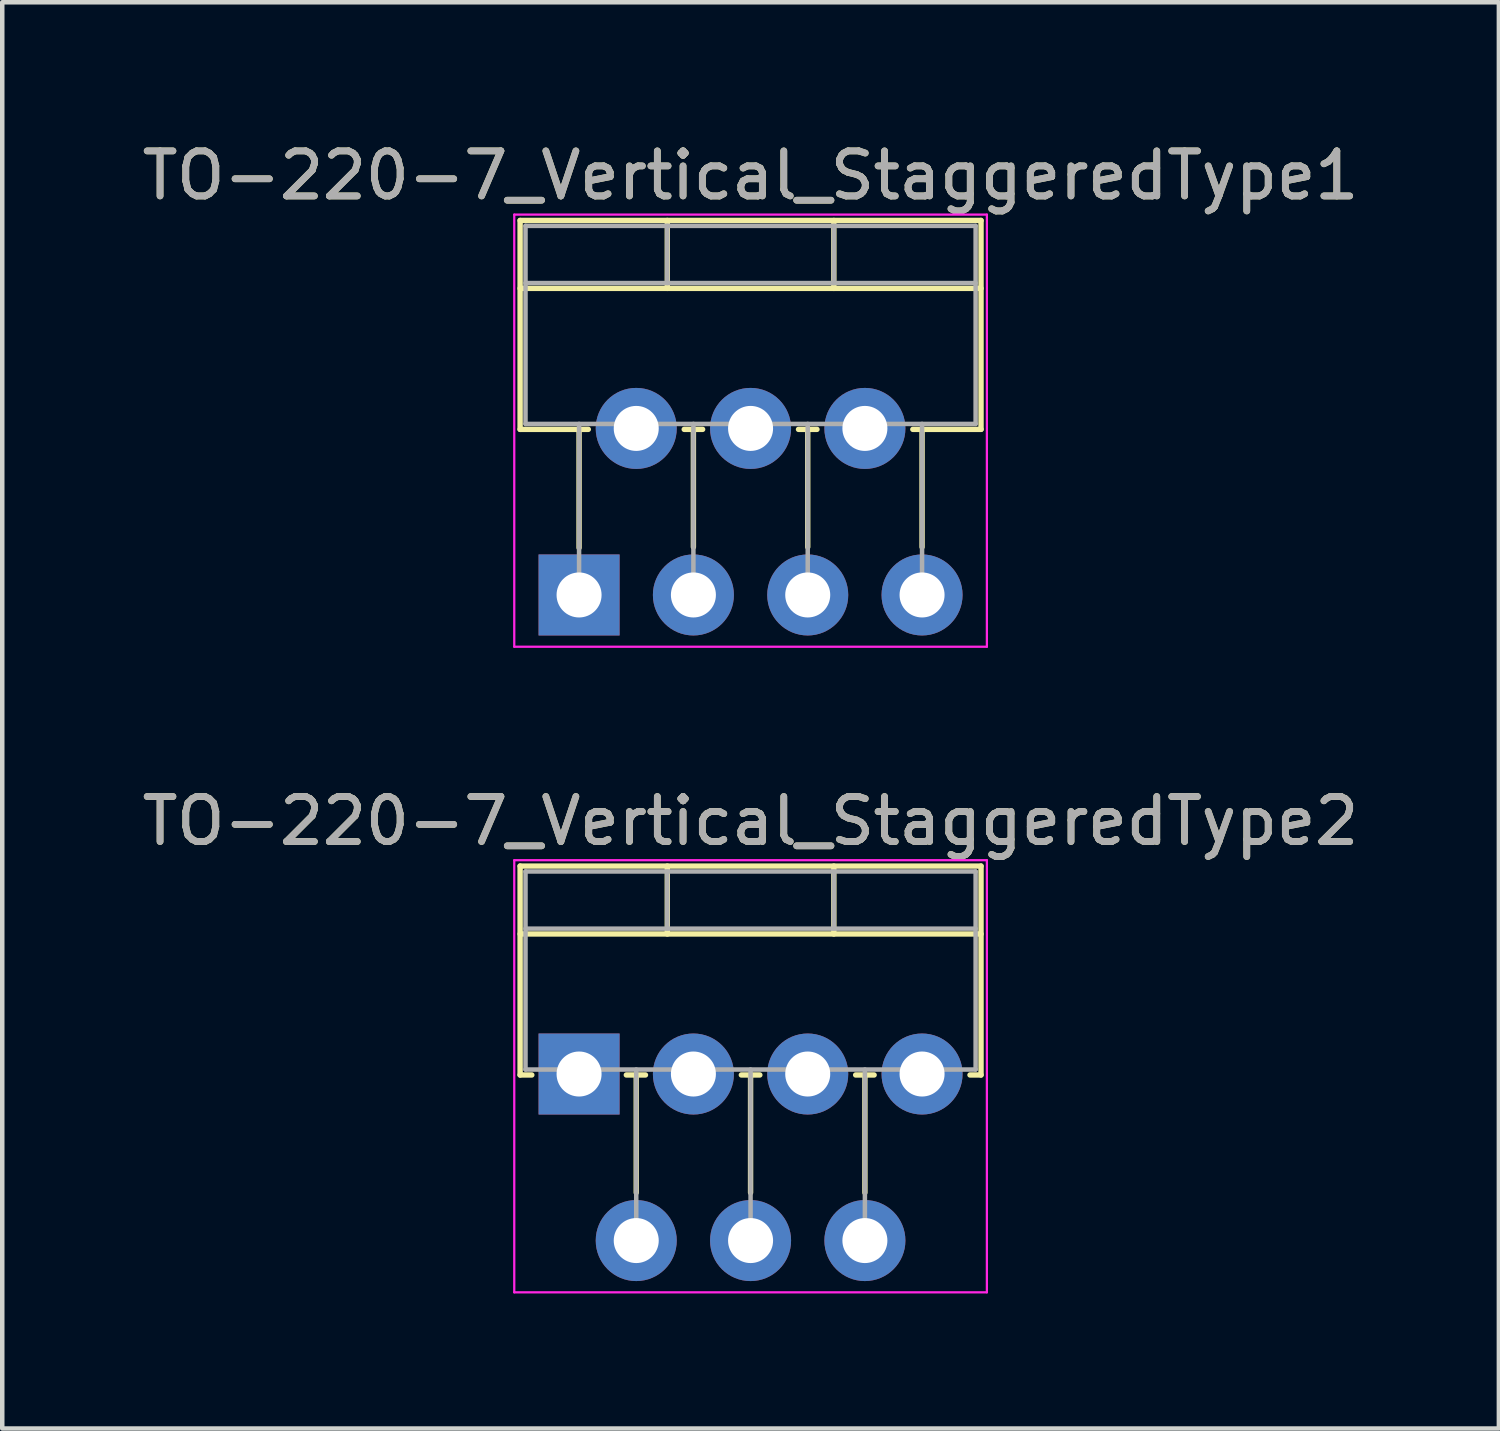
<source format=kicad_pcb>
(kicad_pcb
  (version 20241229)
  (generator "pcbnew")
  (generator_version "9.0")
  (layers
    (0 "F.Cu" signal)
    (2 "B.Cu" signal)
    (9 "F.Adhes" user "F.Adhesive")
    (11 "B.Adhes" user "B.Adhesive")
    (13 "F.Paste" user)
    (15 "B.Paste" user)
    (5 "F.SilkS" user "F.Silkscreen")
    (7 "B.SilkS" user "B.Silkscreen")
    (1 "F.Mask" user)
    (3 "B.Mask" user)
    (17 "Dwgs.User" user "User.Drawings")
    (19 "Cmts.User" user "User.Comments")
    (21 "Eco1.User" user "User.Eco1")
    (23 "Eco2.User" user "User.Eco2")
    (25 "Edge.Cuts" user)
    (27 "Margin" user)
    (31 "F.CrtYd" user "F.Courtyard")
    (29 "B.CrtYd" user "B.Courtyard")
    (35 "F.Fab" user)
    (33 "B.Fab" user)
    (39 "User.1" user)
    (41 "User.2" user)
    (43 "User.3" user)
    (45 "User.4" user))
  (footprint "TO-220-7_Vertical_StaggeredType2"
    (layer "F.Cu")
    (at 9.815 20.811)
    (property "Reference" "TO-220-7_Vertical_StaggeredType2" (at 3.81 -5.62 0) (layer "F.SilkS") (effects (font (size 1 1) (thickness 0.15))))
    (attr through_hole)
    (fp_line (start -1.31 -4.62) (end -1.31 0.021) (stroke (width 0.12) (type solid)) (layer "F.SilkS"))
    (fp_line (start -1.31 -4.62) (end 8.93 -4.62) (stroke (width 0.12) (type solid)) (layer "F.SilkS"))
    (fp_line (start -1.31 -3.111) (end 8.93 -3.111) (stroke (width 0.12) (type solid)) (layer "F.SilkS"))
    (fp_line (start -1.31 0.021) (end -1.05 0.021) (stroke (width 0.12) (type solid)) (layer "F.SilkS"))
    (fp_line (start 1.05 0.021) (end 1.475 0.021) (stroke (width 0.12) (type solid)) (layer "F.SilkS"))
    (fp_line (start 1.27 0.021) (end 1.27 2.635) (stroke (width 0.12) (type solid)) (layer "F.SilkS"))
    (fp_line (start 1.96 -4.62) (end 1.96 -3.111) (stroke (width 0.12) (type solid)) (layer "F.SilkS"))
    (fp_line (start 3.605 0.021) (end 4.016 0.021) (stroke (width 0.12) (type solid)) (layer "F.SilkS"))
    (fp_line (start 3.81 0.021) (end 3.81 2.635) (stroke (width 0.12) (type solid)) (layer "F.SilkS"))
    (fp_line (start 5.66 -4.62) (end 5.66 -3.111) (stroke (width 0.12) (type solid)) (layer "F.SilkS"))
    (fp_line (start 6.145 0.021) (end 6.555 0.021) (stroke (width 0.12) (type solid)) (layer "F.SilkS"))
    (fp_line (start 6.35 0.021) (end 6.35 2.635) (stroke (width 0.12) (type solid)) (layer "F.SilkS"))
    (fp_line (start 8.685 0.021) (end 8.93 0.021) (stroke (width 0.12) (type solid)) (layer "F.SilkS"))
    (fp_line (start 8.93 -4.62) (end 8.93 0.021) (stroke (width 0.12) (type solid)) (layer "F.SilkS"))
    (fp_line (start -1.44 -4.75) (end -1.44 4.85) (stroke (width 0.05) (type solid)) (layer "F.CrtYd"))
    (fp_line (start -1.44 4.85) (end 9.06 4.85) (stroke (width 0.05) (type solid)) (layer "F.CrtYd"))
    (fp_line (start 9.06 -4.75) (end -1.44 -4.75) (stroke (width 0.05) (type solid)) (layer "F.CrtYd"))
    (fp_line (start 9.06 4.85) (end 9.06 -4.75) (stroke (width 0.05) (type solid)) (layer "F.CrtYd"))
    (fp_line (start -1.19 -4.5) (end -1.19 -0.1) (stroke (width 0.1) (type solid)) (layer "F.Fab"))
    (fp_line (start -1.19 -3.23) (end 8.81 -3.23) (stroke (width 0.1) (type solid)) (layer "F.Fab"))
    (fp_line (start -1.19 -0.1) (end 8.81 -0.1) (stroke (width 0.1) (type solid)) (layer "F.Fab"))
    (fp_line (start 0 -0.1) (end 0 0) (stroke (width 0.1) (type solid)) (layer "F.Fab"))
    (fp_line (start 1.27 -0.1) (end 1.27 3.7) (stroke (width 0.1) (type solid)) (layer "F.Fab"))
    (fp_line (start 1.96 -4.5) (end 1.96 -3.23) (stroke (width 0.1) (type solid)) (layer "F.Fab"))
    (fp_line (start 2.54 -0.1) (end 2.54 0) (stroke (width 0.1) (type solid)) (layer "F.Fab"))
    (fp_line (start 3.81 -0.1) (end 3.81 3.7) (stroke (width 0.1) (type solid)) (layer "F.Fab"))
    (fp_line (start 5.08 -0.1) (end 5.08 0) (stroke (width 0.1) (type solid)) (layer "F.Fab"))
    (fp_line (start 5.66 -4.5) (end 5.66 -3.23) (stroke (width 0.1) (type solid)) (layer "F.Fab"))
    (fp_line (start 6.35 -0.1) (end 6.35 3.7) (stroke (width 0.1) (type solid)) (layer "F.Fab"))
    (fp_line (start 7.62 -0.1) (end 7.62 0) (stroke (width 0.1) (type solid)) (layer "F.Fab"))
    (fp_line (start 8.81 -4.5) (end -1.19 -4.5) (stroke (width 0.1) (type solid)) (layer "F.Fab"))
    (fp_line (start 8.81 -0.1) (end 8.81 -4.5) (stroke (width 0.1) (type solid)) (layer "F.Fab"))
    (fp_text user "${REFERENCE}" (at 3.81 -5.62 0) (layer "F.Fab") (effects (font (size 1 1) (thickness 0.15))))
    (pad "1" thru_hole rect (at 0 0) (size 1.8 1.8) (drill 1) (layers "*.Cu" "*.Mask"))
    (pad "2" thru_hole oval (at 1.27 3.7) (size 1.8 1.8) (drill 1) (layers "*.Cu" "*.Mask"))
    (pad "3" thru_hole oval (at 2.54 0) (size 1.8 1.8) (drill 1) (layers "*.Cu" "*.Mask"))
    (pad "4" thru_hole oval (at 3.81 3.7) (size 1.8 1.8) (drill 1) (layers "*.Cu" "*.Mask"))
    (pad "5" thru_hole oval (at 5.08 0) (size 1.8 1.8) (drill 1) (layers "*.Cu" "*.Mask"))
    (pad "6" thru_hole oval (at 6.35 3.7) (size 1.8 1.8) (drill 1) (layers "*.Cu" "*.Mask"))
    (pad "7" thru_hole oval (at 7.62 0) (size 1.8 1.8) (drill 1) (layers "*.Cu" "*.Mask")))
  (footprint "TO-220-7_Vertical_StaggeredType1"
    (layer "F.Cu")
    (at 9.815 10.168)
    (property "Reference" "TO-220-7_Vertical_StaggeredType1" (at 3.81 -9.32 0) (layer "F.SilkS") (effects (font (size 1 1) (thickness 0.15))))
    (attr through_hole)
    (fp_line (start -1.31 -8.32) (end -1.31 -3.679) (stroke (width 0.12) (type solid)) (layer "F.SilkS"))
    (fp_line (start -1.31 -8.32) (end 8.93 -8.32) (stroke (width 0.12) (type solid)) (layer "F.SilkS"))
    (fp_line (start -1.31 -6.811) (end 8.93 -6.811) (stroke (width 0.12) (type solid)) (layer "F.SilkS"))
    (fp_line (start -1.31 -3.679) (end 0.205 -3.679) (stroke (width 0.12) (type solid)) (layer "F.SilkS"))
    (fp_line (start 0 -3.679) (end 0 -1.049) (stroke (width 0.12) (type solid)) (layer "F.SilkS"))
    (fp_line (start 1.96 -8.32) (end 1.96 -6.811) (stroke (width 0.12) (type solid)) (layer "F.SilkS"))
    (fp_line (start 2.336 -3.679) (end 2.745 -3.679) (stroke (width 0.12) (type solid)) (layer "F.SilkS"))
    (fp_line (start 2.54 -3.679) (end 2.54 -1.065) (stroke (width 0.12) (type solid)) (layer "F.SilkS"))
    (fp_line (start 4.875 -3.679) (end 5.285 -3.679) (stroke (width 0.12) (type solid)) (layer "F.SilkS"))
    (fp_line (start 5.08 -3.679) (end 5.08 -1.065) (stroke (width 0.12) (type solid)) (layer "F.SilkS"))
    (fp_line (start 5.66 -8.32) (end 5.66 -6.811) (stroke (width 0.12) (type solid)) (layer "F.SilkS"))
    (fp_line (start 7.415 -3.679) (end 8.93 -3.679) (stroke (width 0.12) (type solid)) (layer "F.SilkS"))
    (fp_line (start 7.62 -3.679) (end 7.62 -1.065) (stroke (width 0.12) (type solid)) (layer "F.SilkS"))
    (fp_line (start 8.93 -8.32) (end 8.93 -3.679) (stroke (width 0.12) (type solid)) (layer "F.SilkS"))
    (fp_line (start -1.44 -8.45) (end -1.44 1.15) (stroke (width 0.05) (type solid)) (layer "F.CrtYd"))
    (fp_line (start -1.44 1.15) (end 9.06 1.15) (stroke (width 0.05) (type solid)) (layer "F.CrtYd"))
    (fp_line (start 9.06 -8.45) (end -1.44 -8.45) (stroke (width 0.05) (type solid)) (layer "F.CrtYd"))
    (fp_line (start 9.06 1.15) (end 9.06 -8.45) (stroke (width 0.05) (type solid)) (layer "F.CrtYd"))
    (fp_line (start -1.19 -8.2) (end -1.19 -3.8) (stroke (width 0.1) (type solid)) (layer "F.Fab"))
    (fp_line (start -1.19 -6.93) (end 8.81 -6.93) (stroke (width 0.1) (type solid)) (layer "F.Fab"))
    (fp_line (start -1.19 -3.8) (end 8.81 -3.8) (stroke (width 0.1) (type solid)) (layer "F.Fab"))
    (fp_line (start 0 -3.8) (end 0 0) (stroke (width 0.1) (type solid)) (layer "F.Fab"))
    (fp_line (start 1.27 -3.8) (end 1.27 -3.7) (stroke (width 0.1) (type solid)) (layer "F.Fab"))
    (fp_line (start 1.96 -8.2) (end 1.96 -6.93) (stroke (width 0.1) (type solid)) (layer "F.Fab"))
    (fp_line (start 2.54 -3.8) (end 2.54 0) (stroke (width 0.1) (type solid)) (layer "F.Fab"))
    (fp_line (start 3.81 -3.8) (end 3.81 -3.7) (stroke (width 0.1) (type solid)) (layer "F.Fab"))
    (fp_line (start 5.08 -3.8) (end 5.08 0) (stroke (width 0.1) (type solid)) (layer "F.Fab"))
    (fp_line (start 5.66 -8.2) (end 5.66 -6.93) (stroke (width 0.1) (type solid)) (layer "F.Fab"))
    (fp_line (start 6.35 -3.8) (end 6.35 -3.7) (stroke (width 0.1) (type solid)) (layer "F.Fab"))
    (fp_line (start 7.62 -3.8) (end 7.62 0) (stroke (width 0.1) (type solid)) (layer "F.Fab"))
    (fp_line (start 8.81 -8.2) (end -1.19 -8.2) (stroke (width 0.1) (type solid)) (layer "F.Fab"))
    (fp_line (start 8.81 -3.8) (end 8.81 -8.2) (stroke (width 0.1) (type solid)) (layer "F.Fab"))
    (fp_text user "${REFERENCE}" (at 3.81 -9.32 0) (layer "F.Fab") (effects (font (size 1 1) (thickness 0.15))))
    (pad "1" thru_hole rect (at 0 0) (size 1.8 1.8) (drill 1) (layers "*.Cu" "*.Mask"))
    (pad "2" thru_hole oval (at 1.27 -3.7) (size 1.8 1.8) (drill 1) (layers "*.Cu" "*.Mask"))
    (pad "3" thru_hole oval (at 2.54 0) (size 1.8 1.8) (drill 1) (layers "*.Cu" "*.Mask"))
    (pad "4" thru_hole oval (at 3.81 -3.7) (size 1.8 1.8) (drill 1) (layers "*.Cu" "*.Mask"))
    (pad "5" thru_hole oval (at 5.08 0) (size 1.8 1.8) (drill 1) (layers "*.Cu" "*.Mask"))
    (pad "6" thru_hole oval (at 6.35 -3.7) (size 1.8 1.8) (drill 1) (layers "*.Cu" "*.Mask"))
    (pad "7" thru_hole oval (at 7.62 0) (size 1.8 1.8) (drill 1) (layers "*.Cu" "*.Mask")))
  (gr_rect
    (start -3 -3)
    (end 30.25 28.686)
    (stroke (width 0.1) (type default))
    (fill no)
    (layer "Edge.Cuts")))
</source>
